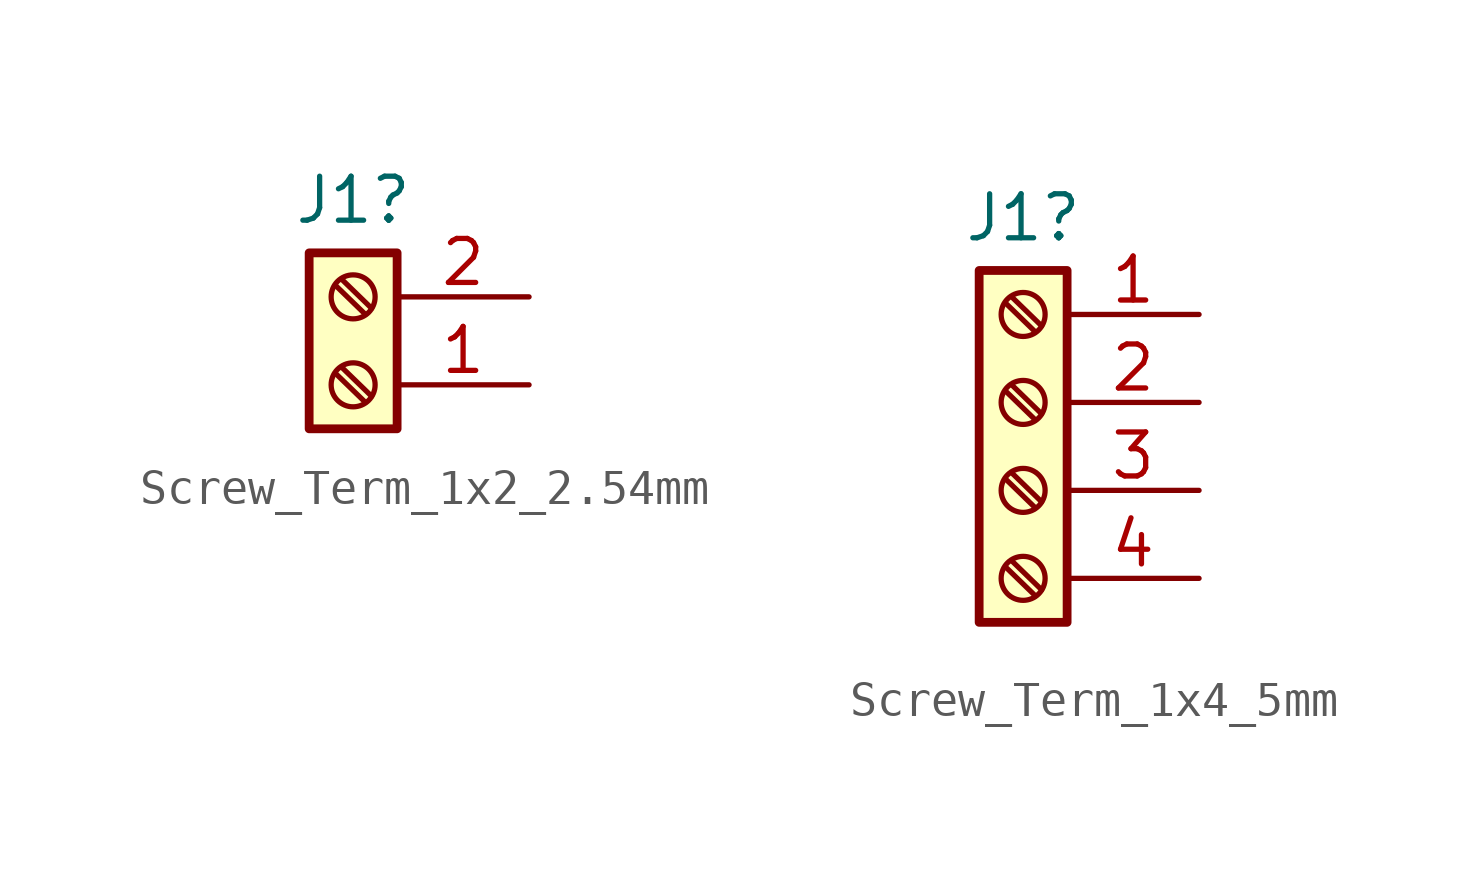
<source format=kicad_sym>
(kicad_symbol_lib
  (version 20241209)
  (generator "kicad_symbol_editor")
  (generator_version "9.0")
  (symbol "Screw_Term_1x2_2.54mm"
    (pin_names
      (offset 1.016)
      (hide yes))
    (property "Reference" "J1"
      (at -5.08 5.334 0)
      (effects (font (size 1.27 1.27))))
    (symbol "Screw_Term_1x2_2.54mm_1_1"
      (circle (center -5.08 2.54) (radius 0.635) (stroke (width 0.152) (type default)) (fill (type none)))
      (circle (center -5.08 0) (radius 0.635) (stroke (width 0.152) (type default)) (fill (type none)))
      (polyline (pts (xy -4.724 2.032) (xy -5.588 2.87)) (stroke (width 0.152) (type default)) (fill (type none)))
      (polyline (pts (xy -4.724 -0.508) (xy -5.588 0.33)) (stroke (width 0.152) (type default)) (fill (type none)))
      (polyline (pts (xy -4.547 2.21) (xy -5.41 3.048)) (stroke (width 0.152) (type default)) (fill (type none)))
      (polyline (pts (xy -4.547 -0.33) (xy -5.41 0.508)) (stroke (width 0.152) (type default)) (fill (type none)))
      (rectangle (start -3.81 -1.27) (end -6.35 3.81) (stroke (width 0.254) (type default)) (fill (type background)))
      (pin passive line (at 0 2.54 180) (length 3.81) (name "Pin_2" (effects (font (size 1.27 1.27)))) (number "2" (effects (font (size 1.27 1.27)))))
      (pin passive line (at 0 0 180) (length 3.81) (name "Pin_1" (effects (font (size 1.27 1.27)))) (number "1" (effects (font (size 1.27 1.27)))))))
  (symbol "Screw_Term_1x4_5mm"
    (pin_names
      (offset 1.016)
      (hide yes))
    (property "Reference" "J1"
      (at -5.08 5.334 0)
      (effects (font (size 1.27 1.27))))
    (symbol "Screw_Term_1x4_5mm_1_1"
      (rectangle (start -6.35 3.81) (end -3.81 -6.35) (stroke (width 0.254) (type solid)) (fill (type background)))
      (circle (center -5.08 2.54) (radius 0.635) (stroke (width 0.152) (type default)) (fill (type none)))
      (circle (center -5.08 0) (radius 0.635) (stroke (width 0.152) (type default)) (fill (type none)))
      (circle (center -5.08 -2.54) (radius 0.635) (stroke (width 0.152) (type default)) (fill (type none)))
      (circle (center -5.08 -5.08) (radius 0.635) (stroke (width 0.152) (type default)) (fill (type none)))
      (polyline (pts (xy -4.724 2.032) (xy -5.588 2.87)) (stroke (width 0.152) (type default)) (fill (type none)))
      (polyline (pts (xy -4.724 -0.508) (xy -5.588 0.33)) (stroke (width 0.152) (type default)) (fill (type none)))
      (polyline (pts (xy -4.724 -3.048) (xy -5.588 -2.21)) (stroke (width 0.152) (type default)) (fill (type none)))
      (polyline (pts (xy -4.724 -5.588) (xy -5.588 -4.75)) (stroke (width 0.152) (type default)) (fill (type none)))
      (polyline (pts (xy -4.547 2.21) (xy -5.41 3.048)) (stroke (width 0.152) (type default)) (fill (type none)))
      (polyline (pts (xy -4.547 -0.33) (xy -5.41 0.508)) (stroke (width 0.152) (type default)) (fill (type none)))
      (polyline (pts (xy -4.547 -2.87) (xy -5.41 -2.032)) (stroke (width 0.152) (type default)) (fill (type none)))
      (polyline (pts (xy -4.547 -5.41) (xy -5.41 -4.572)) (stroke (width 0.152) (type default)) (fill (type none)))
      (pin passive line (at 0 2.54 180) (length 3.81) (name "Pin_1" (effects (font (size 1.27 1.27)))) (number "1" (effects (font (size 1.27 1.27)))))
      (pin passive line (at 0 0 180) (length 3.81) (name "Pin_2" (effects (font (size 1.27 1.27)))) (number "2" (effects (font (size 1.27 1.27)))))
      (pin passive line (at 0 -2.54 180) (length 3.81) (name "Pin_3" (effects (font (size 1.27 1.27)))) (number "3" (effects (font (size 1.27 1.27)))))
      (pin passive line (at 0 -5.08 180) (length 3.81) (name "Pin_4" (effects (font (size 1.27 1.27)))) (number "4" (effects (font (size 1.27 1.27))))))))
</source>
